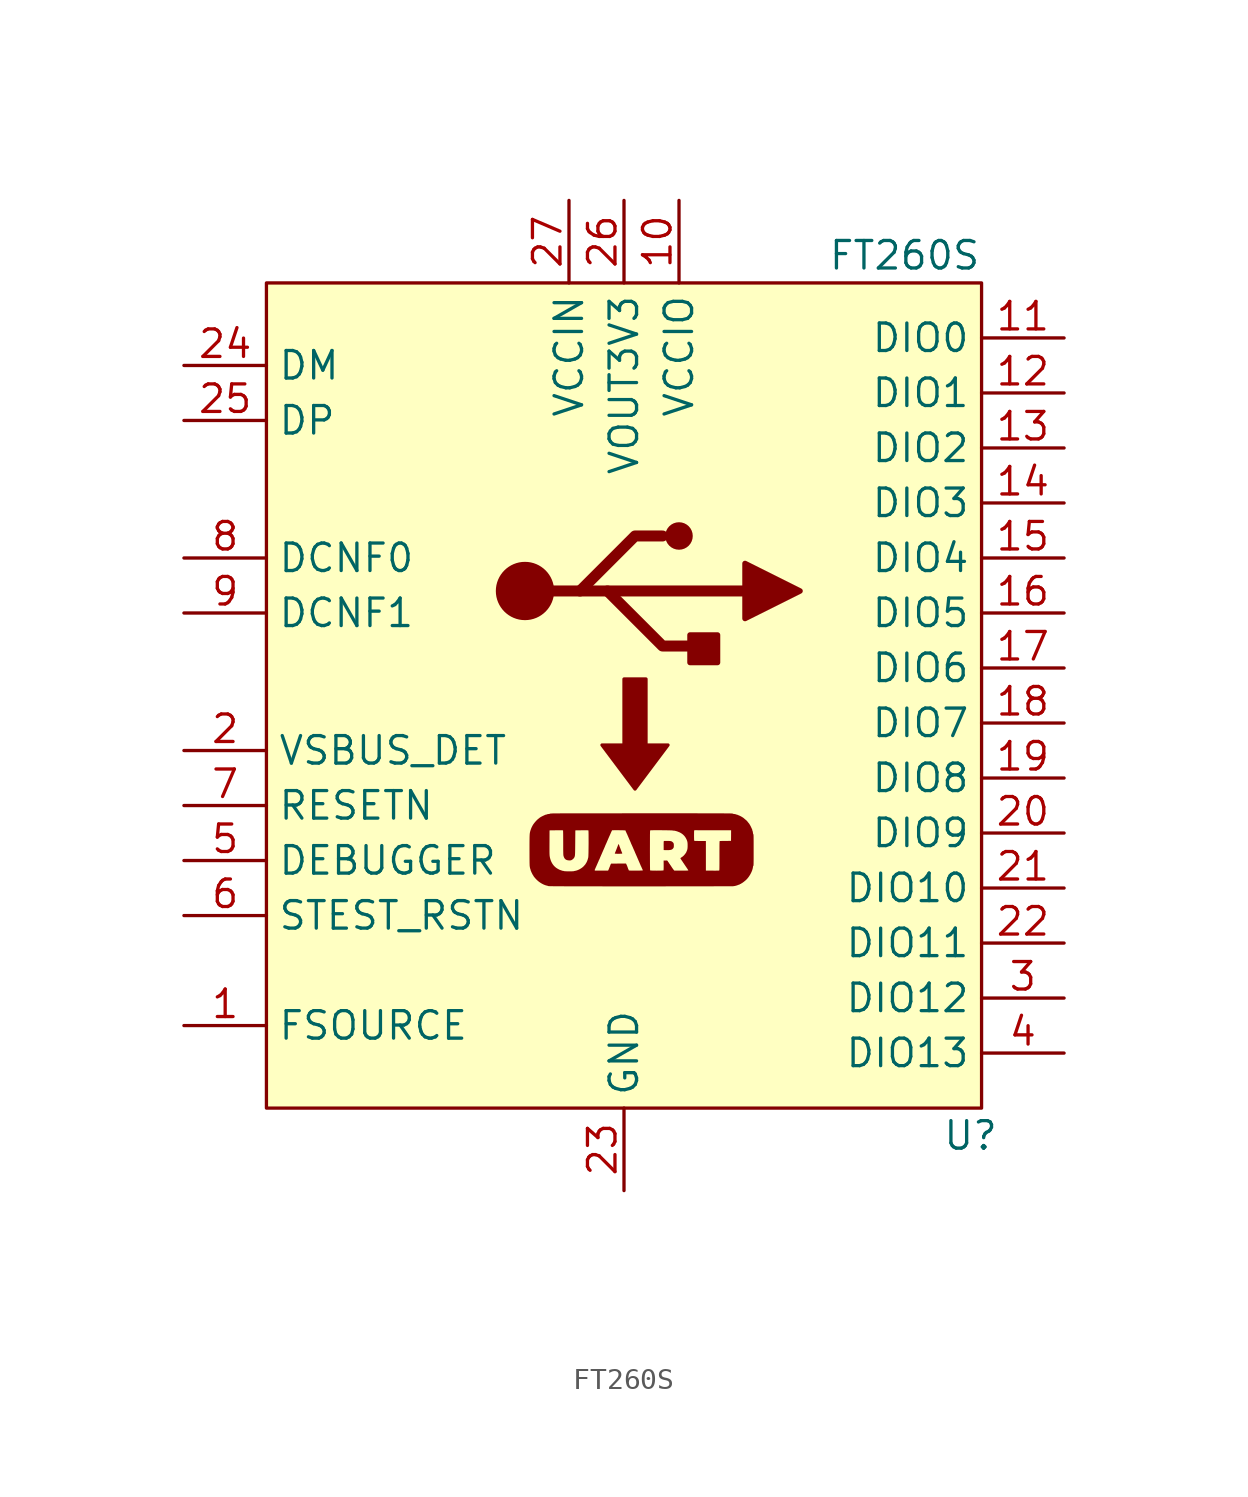
<source format=kicad_sym>
(kicad_symbol_lib
  (version 20231120)
  (generator "kicad_symbol_editor")
  (generator_version "8.0")
  (symbol "FT260S"
    (property "Reference" "U"
      (at 16.002 -20.32 0)
      (effects (font (size 1.27 1.27))))
    (property "Value" "FT260S"
      (at 12.954 20.32 0)
      (effects (font (size 1.27 1.27))))
    (symbol "FT260S_0_0"
      (pin power_in line (at -20.32 -15.24 0) (length 3.81) (name "FSOURCE" (effects (font (size 1.27 1.27)))) (number "1" (effects (font (size 1.27 1.27)))))
      (pin power_in line (at 2.54 22.86 270) (length 3.81) (name "VCCIO" (effects (font (size 1.27 1.27)))) (number "10" (effects (font (size 1.27 1.27)))))
      (pin bidirectional line (at 20.32 16.51 180) (length 3.81) (name "DIO0" (effects (font (size 1.27 1.27)))) (number "11" (effects (font (size 1.27 1.27)))))
      (pin bidirectional line (at 20.32 13.97 180) (length 3.81) (name "DIO1" (effects (font (size 1.27 1.27)))) (number "12" (effects (font (size 1.27 1.27)))))
      (pin bidirectional line (at 20.32 11.43 180) (length 3.81) (name "DIO2" (effects (font (size 1.27 1.27)))) (number "13" (effects (font (size 1.27 1.27)))))
      (pin bidirectional line (at 20.32 8.89 180) (length 3.81) (name "DIO3" (effects (font (size 1.27 1.27)))) (number "14" (effects (font (size 1.27 1.27)))))
      (pin bidirectional line (at 20.32 6.35 180) (length 3.81) (name "DIO4" (effects (font (size 1.27 1.27)))) (number "15" (effects (font (size 1.27 1.27)))))
      (pin bidirectional line (at 20.32 3.81 180) (length 3.81) (name "DIO5" (effects (font (size 1.27 1.27)))) (number "16" (effects (font (size 1.27 1.27)))))
      (pin bidirectional line (at 20.32 1.27 180) (length 3.81) (name "DIO6" (effects (font (size 1.27 1.27)))) (number "17" (effects (font (size 1.27 1.27)))))
      (pin bidirectional line (at 20.32 -1.27 180) (length 3.81) (name "DIO7" (effects (font (size 1.27 1.27)))) (number "18" (effects (font (size 1.27 1.27)))))
      (pin bidirectional line (at 20.32 -3.81 180) (length 3.81) (name "DIO8" (effects (font (size 1.27 1.27)))) (number "19" (effects (font (size 1.27 1.27)))))
      (pin input line (at -20.32 -2.54 0) (length 3.81) (name "VSBUS_DET" (effects (font (size 1.27 1.27)))) (number "2" (effects (font (size 1.27 1.27)))))
      (pin bidirectional line (at 20.32 -6.35 180) (length 3.81) (name "DIO9" (effects (font (size 1.27 1.27)))) (number "20" (effects (font (size 1.27 1.27)))))
      (pin bidirectional line (at 20.32 -8.89 180) (length 3.81) (name "DIO10" (effects (font (size 1.27 1.27)))) (number "21" (effects (font (size 1.27 1.27)))))
      (pin bidirectional line (at 20.32 -11.43 180) (length 3.81) (name "DIO11" (effects (font (size 1.27 1.27)))) (number "22" (effects (font (size 1.27 1.27)))))
      (pin power_in line (at 0 -22.86 90) (length 3.81) (name "GND" (effects (font (size 1.27 1.27)))) (number "23" (effects (font (size 1.27 1.27)))))
      (pin bidirectional line (at -20.32 15.24 0) (length 3.81) (name "DM" (effects (font (size 1.27 1.27)))) (number "24" (effects (font (size 1.27 1.27)))))
      (pin bidirectional line (at -20.32 12.7 0) (length 3.81) (name "DP" (effects (font (size 1.27 1.27)))) (number "25" (effects (font (size 1.27 1.27)))))
      (pin power_out line (at 0 22.86 270) (length 3.81) (name "VOUT3V3" (effects (font (size 1.27 1.27)))) (number "26" (effects (font (size 1.27 1.27)))))
      (pin power_in line (at -2.54 22.86 270) (length 3.81) (name "VCCIN" (effects (font (size 1.27 1.27)))) (number "27" (effects (font (size 1.27 1.27)))))
      (pin bidirectional line (at 20.32 -13.97 180) (length 3.81) (name "DIO12" (effects (font (size 1.27 1.27)))) (number "3" (effects (font (size 1.27 1.27)))))
      (pin bidirectional line (at 20.32 -16.51 180) (length 3.81) (name "DIO13" (effects (font (size 1.27 1.27)))) (number "4" (effects (font (size 1.27 1.27)))))
      (pin bidirectional line (at -20.32 -7.62 0) (length 3.81) (name "DEBUGGER" (effects (font (size 1.27 1.27)))) (number "5" (effects (font (size 1.27 1.27)))))
      (pin input line (at -20.32 -10.16 0) (length 3.81) (name "STEST_RSTN" (effects (font (size 1.27 1.27)))) (number "6" (effects (font (size 1.27 1.27)))))
      (pin input line (at -20.32 -5.08 0) (length 3.81) (name "RESETN" (effects (font (size 1.27 1.27)))) (number "7" (effects (font (size 1.27 1.27)))))
      (pin input line (at -20.32 6.35 0) (length 3.81) (name "DCNF0" (effects (font (size 1.27 1.27)))) (number "8" (effects (font (size 1.27 1.27)))))
      (pin input line (at -20.32 3.81 0) (length 3.81) (name "DCNF1" (effects (font (size 1.27 1.27)))) (number "9" (effects (font (size 1.27 1.27))))))
    (symbol "FT260S_0_1"
      (rectangle (start -16.51 19.05) (end 16.51 -19.05) (stroke (width 0) (type default)) (fill (type background)))
      (circle (center -4.572 4.826) (radius 1.27) (stroke (width 0) (type default)) (fill (type outline)))
      (polyline (pts (xy -4.572 4.826) (xy 5.588 4.826)) (stroke (width 0.508) (type default)) (fill (type none)))
      (polyline (pts (xy -2.032 4.826) (xy 0.508 7.366) (xy 1.778 7.366)) (stroke (width 0.508) (type default)) (fill (type none)))
      (polyline (pts (xy -0.762 4.826) (xy 1.778 2.286) (xy 3.048 2.286)) (stroke (width 0.508) (type default)) (fill (type none)))
      (polyline (pts (xy 5.588 6.096) (xy 8.128 4.826) (xy 5.588 3.556) (xy 5.588 6.096)) (stroke (width 0.254) (type default)) (fill (type outline)))
      (polyline (pts (xy 1.016 0.762) (xy 0 0.762) (xy 0 -2.286) (xy -1.016 -2.286) (xy 0.508 -4.318) (xy 2.032 -2.286) (xy 1.016 -2.286) (xy 1.016 0.762)) (stroke (width 0) (type default)) (fill (type outline)))
      (circle (center 2.54 7.366) (radius 0.508) (stroke (width 0.254) (type default)) (fill (type outline)))
      (rectangle (start 3.048 2.794) (end 4.318 1.524) (stroke (width 0.254) (type default)) (fill (type outline))))
    (symbol "FT260S_1_0"
      (polyline (pts (xy -0.254 -6.858) (xy -0.253 -6.859) (xy -0.251 -6.861) (xy -0.249 -6.864) (xy -0.246 -6.869) (xy -0.242 -6.875) (xy -0.239 -6.881) (xy -0.232 -6.894) (xy -0.225 -6.909) (xy -0.22 -6.922) (xy -0.217 -6.928) (xy -0.216 -6.933) (xy -0.214 -6.937) (xy -0.214 -6.94) (xy -0.214 -6.941) (xy -0.214 -6.942) (xy -0.213 -6.945) (xy -0.212 -6.949) (xy -0.211 -6.954) (xy -0.209 -6.958) (xy -0.207 -6.964) (xy -0.204 -6.97) (xy -0.202 -6.975) (xy -0.188 -7.01) (xy -0.168 -7.06) (xy -0.145 -7.121) (xy -0.12 -7.189) (xy -0.117 -7.196) (xy -0.114 -7.204) (xy -0.106 -7.222) (xy -0.099 -7.238) (xy -0.093 -7.252) (xy -0.089 -7.261) (xy -0.085 -7.27) (xy -0.083 -7.277) (xy -0.082 -7.283) (xy -0.082 -7.286) (xy -0.082 -7.289) (xy -0.083 -7.291) (xy -0.085 -7.293) (xy -0.086 -7.295) (xy -0.089 -7.297) (xy -0.092 -7.299) (xy -0.095 -7.3) (xy -0.104 -7.302) (xy -0.116 -7.304) (xy -0.13 -7.306) (xy -0.148 -7.306) (xy -0.193 -7.307) (xy -0.253 -7.308) (xy -0.291 -7.308) (xy -0.324 -7.307) (xy -0.353 -7.306) (xy -0.365 -7.306) (xy -0.376 -7.305) (xy -0.386 -7.304) (xy -0.395 -7.304) (xy -0.403 -7.303) (xy -0.409 -7.302) (xy -0.414 -7.301) (xy -0.418 -7.3) (xy -0.42 -7.3) (xy -0.421 -7.299) (xy -0.422 -7.298) (xy -0.422 -7.298) (xy -0.423 -7.297) (xy -0.423 -7.295) (xy -0.423 -7.294) (xy -0.423 -7.292) (xy -0.423 -7.29) (xy -0.423 -7.288) (xy -0.422 -7.285) (xy -0.422 -7.283) (xy -0.421 -7.28) (xy -0.421 -7.278) (xy -0.42 -7.275) (xy -0.419 -7.272) (xy -0.418 -7.269) (xy -0.417 -7.267) (xy -0.416 -7.264) (xy -0.414 -7.261) (xy -0.408 -7.247) (xy -0.401 -7.229) (xy -0.393 -7.211) (xy -0.389 -7.202) (xy -0.386 -7.193) (xy -0.372 -7.157) (xy -0.365 -7.14) (xy -0.362 -7.133) (xy -0.36 -7.127) (xy -0.347 -7.097) (xy -0.341 -7.079) (xy -0.334 -7.062) (xy -0.327 -7.045) (xy -0.32 -7.025) (xy -0.306 -6.987) (xy -0.289 -6.945) (xy -0.277 -6.912) (xy -0.269 -6.889) (xy -0.266 -6.88) (xy -0.264 -6.873) (xy -0.263 -6.871) (xy -0.262 -6.87) (xy -0.262 -6.869) (xy -0.261 -6.867) (xy -0.261 -6.866) (xy -0.26 -6.865) (xy -0.259 -6.863) (xy -0.259 -6.862) (xy -0.258 -6.861) (xy -0.258 -6.861) (xy -0.257 -6.86) (xy -0.256 -6.859) (xy -0.256 -6.859) (xy -0.256 -6.859) (xy -0.256 -6.858) (xy -0.255 -6.858) (xy -0.255 -6.858) (xy -0.255 -6.858) (xy -0.255 -6.858) (xy -0.255 -6.858) (xy -0.254 -6.858)) (stroke (width -0.0001) (type solid)) (fill (type outline)))
      (polyline (pts (xy 2.014 -6.714) (xy 2.041 -6.715) (xy 2.065 -6.715) (xy 2.087 -6.716) (xy 2.106 -6.717) (xy 2.123 -6.718) (xy 2.139 -6.72) (xy 2.146 -6.721) (xy 2.153 -6.722) (xy 2.159 -6.723) (xy 2.165 -6.725) (xy 2.171 -6.726) (xy 2.177 -6.728) (xy 2.182 -6.729) (xy 2.187 -6.731) (xy 2.192 -6.733) (xy 2.197 -6.735) (xy 2.202 -6.738) (xy 2.206 -6.74) (xy 2.211 -6.743) (xy 2.215 -6.746) (xy 2.224 -6.752) (xy 2.233 -6.759) (xy 2.243 -6.767) (xy 2.252 -6.775) (xy 2.259 -6.782) (xy 2.266 -6.789) (xy 2.272 -6.797) (xy 2.278 -6.804) (xy 2.283 -6.812) (xy 2.287 -6.82) (xy 2.29 -6.828) (xy 2.293 -6.837) (xy 2.296 -6.847) (xy 2.298 -6.857) (xy 2.299 -6.869) (xy 2.3 -6.881) (xy 2.301 -6.894) (xy 2.301 -6.909) (xy 2.301 -6.925) (xy 2.301 -6.937) (xy 2.301 -6.948) (xy 2.301 -6.958) (xy 2.3 -6.967) (xy 2.3 -6.976) (xy 2.299 -6.983) (xy 2.299 -6.99) (xy 2.298 -6.997) (xy 2.297 -7.003) (xy 2.295 -7.008) (xy 2.294 -7.013) (xy 2.292 -7.018) (xy 2.29 -7.023) (xy 2.288 -7.027) (xy 2.286 -7.032) (xy 2.284 -7.036) (xy 2.274 -7.051) (xy 2.263 -7.065) (xy 2.252 -7.077) (xy 2.241 -7.088) (xy 2.229 -7.098) (xy 2.215 -7.106) (xy 2.201 -7.114) (xy 2.184 -7.12) (xy 2.167 -7.125) (xy 2.147 -7.129) (xy 2.125 -7.133) (xy 2.101 -7.136) (xy 2.074 -7.138) (xy 2.045 -7.139) (xy 2.013 -7.14) (xy 1.978 -7.14) (xy 1.948 -7.14) (xy 1.921 -7.14) (xy 1.896 -7.139) (xy 1.875 -7.138) (xy 1.857 -7.137) (xy 1.85 -7.137) (xy 1.843 -7.136) (xy 1.839 -7.135) (xy 1.835 -7.135) (xy 1.833 -7.134) (xy 1.832 -7.133) (xy 1.832 -7.133) (xy 1.831 -7.005) (xy 1.831 -6.952) (xy 1.83 -6.906) (xy 1.83 -6.867) (xy 1.831 -6.849) (xy 1.831 -6.833) (xy 1.831 -6.818) (xy 1.831 -6.805) (xy 1.831 -6.793) (xy 1.832 -6.782) (xy 1.832 -6.772) (xy 1.833 -6.763) (xy 1.833 -6.756) (xy 1.834 -6.749) (xy 1.835 -6.743) (xy 1.836 -6.738) (xy 1.837 -6.733) (xy 1.837 -6.731) (xy 1.837 -6.729) (xy 1.838 -6.728) (xy 1.839 -6.726) (xy 1.839 -6.725) (xy 1.84 -6.724) (xy 1.84 -6.723) (xy 1.841 -6.722) (xy 1.842 -6.721) (xy 1.842 -6.72) (xy 1.843 -6.719) (xy 1.844 -6.719) (xy 1.845 -6.718) (xy 1.845 -6.718) (xy 1.847 -6.717) (xy 1.849 -6.717) (xy 1.856 -6.716) (xy 1.868 -6.715) (xy 1.905 -6.714) (xy 1.956 -6.714) (xy 2.014 -6.714)) (stroke (width -0.0001) (type solid)) (fill (type outline)))
      (polyline (pts (xy 3.072 -5.438) (xy 4.34 -5.44) (xy 4.689 -5.442) (xy 4.894 -5.444) (xy 4.954 -5.446) (xy 4.992 -5.448) (xy 5.013 -5.45) (xy 5.017 -5.451) (xy 5.019 -5.452) (xy 5.021 -5.454) (xy 5.023 -5.455) (xy 5.025 -5.457) (xy 5.028 -5.458) (xy 5.031 -5.46) (xy 5.034 -5.461) (xy 5.038 -5.462) (xy 5.042 -5.463) (xy 5.046 -5.464) (xy 5.051 -5.465) (xy 5.056 -5.466) (xy 5.061 -5.467) (xy 5.073 -5.469) (xy 5.086 -5.471) (xy 5.092 -5.471) (xy 5.098 -5.472) (xy 5.111 -5.473) (xy 5.122 -5.475) (xy 5.134 -5.478) (xy 5.144 -5.48) (xy 5.154 -5.482) (xy 5.158 -5.484) (xy 5.162 -5.485) (xy 5.165 -5.486) (xy 5.168 -5.487) (xy 5.17 -5.489) (xy 5.173 -5.49) (xy 5.176 -5.491) (xy 5.178 -5.492) (xy 5.181 -5.493) (xy 5.184 -5.494) (xy 5.187 -5.495) (xy 5.19 -5.496) (xy 5.193 -5.497) (xy 5.196 -5.498) (xy 5.199 -5.498) (xy 5.202 -5.499) (xy 5.204 -5.499) (xy 5.207 -5.499) (xy 5.209 -5.5) (xy 5.212 -5.5) (xy 5.214 -5.5) (xy 5.216 -5.5) (xy 5.218 -5.5) (xy 5.221 -5.501) (xy 5.223 -5.501) (xy 5.226 -5.502) (xy 5.229 -5.503) (xy 5.231 -5.504) (xy 5.234 -5.505) (xy 5.236 -5.506) (xy 5.239 -5.507) (xy 5.241 -5.508) (xy 5.243 -5.509) (xy 5.245 -5.51) (xy 5.247 -5.512) (xy 5.249 -5.513) (xy 5.25 -5.514) (xy 5.253 -5.516) (xy 5.255 -5.517) (xy 5.257 -5.518) (xy 5.259 -5.519) (xy 5.261 -5.52) (xy 5.263 -5.521) (xy 5.265 -5.522) (xy 5.267 -5.523) (xy 5.269 -5.524) (xy 5.271 -5.524) (xy 5.273 -5.525) (xy 5.275 -5.526) (xy 5.277 -5.526) (xy 5.278 -5.526) (xy 5.279 -5.526) (xy 5.283 -5.527) (xy 5.289 -5.528) (xy 5.305 -5.535) (xy 5.326 -5.544) (xy 5.351 -5.556) (xy 5.376 -5.568) (xy 5.402 -5.582) (xy 5.425 -5.594) (xy 5.444 -5.606) (xy 5.455 -5.613) (xy 5.466 -5.62) (xy 5.471 -5.623) (xy 5.475 -5.625) (xy 5.479 -5.628) (xy 5.482 -5.629) (xy 5.484 -5.63) (xy 5.485 -5.63) (xy 5.487 -5.631) (xy 5.489 -5.632) (xy 5.49 -5.633) (xy 5.492 -5.634) (xy 5.494 -5.635) (xy 5.496 -5.636) (xy 5.497 -5.638) (xy 5.499 -5.639) (xy 5.501 -5.64) (xy 5.503 -5.642) (xy 5.504 -5.643) (xy 5.506 -5.644) (xy 5.508 -5.646) (xy 5.509 -5.647) (xy 5.52 -5.656) (xy 5.538 -5.671) (xy 5.562 -5.691) (xy 5.589 -5.714) (xy 5.615 -5.736) (xy 5.636 -5.753) (xy 5.645 -5.761) (xy 5.653 -5.768) (xy 5.66 -5.775) (xy 5.666 -5.781) (xy 5.673 -5.787) (xy 5.679 -5.794) (xy 5.685 -5.801) (xy 5.691 -5.809) (xy 5.706 -5.826) (xy 5.723 -5.848) (xy 5.74 -5.87) (xy 5.756 -5.889) (xy 5.769 -5.905) (xy 5.774 -5.911) (xy 5.777 -5.915) (xy 5.779 -5.918) (xy 5.782 -5.921) (xy 5.785 -5.925) (xy 5.787 -5.928) (xy 5.79 -5.932) (xy 5.791 -5.934) (xy 5.792 -5.935) (xy 5.793 -5.937) (xy 5.793 -5.939) (xy 5.794 -5.94) (xy 5.795 -5.941) (xy 5.796 -5.945) (xy 5.798 -5.948) (xy 5.804 -5.958) (xy 5.811 -5.969) (xy 5.817 -5.98) (xy 5.824 -5.991) (xy 5.832 -6.005) (xy 5.84 -6.02) (xy 5.849 -6.037) (xy 5.858 -6.056) (xy 5.868 -6.075) (xy 5.877 -6.096) (xy 5.886 -6.117) (xy 5.893 -6.131) (xy 5.9 -6.146) (xy 5.912 -6.173) (xy 5.913 -6.175) (xy 5.914 -6.178) (xy 5.916 -6.181) (xy 5.917 -6.184) (xy 5.918 -6.187) (xy 5.919 -6.19) (xy 5.92 -6.192) (xy 5.921 -6.195) (xy 5.921 -6.198) (xy 5.922 -6.201) (xy 5.923 -6.204) (xy 5.923 -6.206) (xy 5.924 -6.209) (xy 5.924 -6.211) (xy 5.924 -6.213) (xy 5.924 -6.215) (xy 5.924 -6.217) (xy 5.925 -6.219) (xy 5.925 -6.221) (xy 5.925 -6.224) (xy 5.926 -6.226) (xy 5.926 -6.229) (xy 5.927 -6.231) (xy 5.928 -6.234) (xy 5.929 -6.237) (xy 5.93 -6.24) (xy 5.931 -6.243) (xy 5.932 -6.246) (xy 5.933 -6.248) (xy 5.934 -6.251) (xy 5.935 -6.254) (xy 5.937 -6.256) (xy 5.938 -6.259) (xy 5.939 -6.262) (xy 5.941 -6.27) (xy 5.944 -6.279) (xy 5.946 -6.29) (xy 5.949 -6.301) (xy 5.95 -6.313) (xy 5.952 -6.325) (xy 5.953 -6.338) (xy 5.954 -6.344) (xy 5.955 -6.351) (xy 5.956 -6.357) (xy 5.957 -6.363) (xy 5.957 -6.368) (xy 5.958 -6.373) (xy 5.96 -6.378) (xy 5.961 -6.382) (xy 5.962 -6.386) (xy 5.963 -6.39) (xy 5.964 -6.393) (xy 5.966 -6.396) (xy 5.967 -6.399) (xy 5.968 -6.4) (xy 5.969 -6.401) (xy 5.969 -6.402) (xy 5.97 -6.403) (xy 5.971 -6.404) (xy 5.972 -6.404) (xy 5.976 -6.412) (xy 5.979 -6.432) (xy 5.982 -6.47) (xy 5.984 -6.531) (xy 5.986 -6.751) (xy 5.986 -7.139) (xy 5.986 -7.349) (xy 5.986 -7.515) (xy 5.985 -7.641) (xy 5.984 -7.692) (xy 5.984 -7.734) (xy 5.983 -7.77) (xy 5.982 -7.798) (xy 5.981 -7.821) (xy 5.98 -7.838) (xy 5.979 -7.85) (xy 5.978 -7.854) (xy 5.977 -7.858) (xy 5.976 -7.86) (xy 5.976 -7.862) (xy 5.975 -7.863) (xy 5.974 -7.863) (xy 5.972 -7.863) (xy 5.971 -7.864) (xy 5.969 -7.865) (xy 5.968 -7.866) (xy 5.966 -7.868) (xy 5.965 -7.87) (xy 5.964 -7.872) (xy 5.963 -7.875) (xy 5.962 -7.878) (xy 5.961 -7.882) (xy 5.96 -7.886) (xy 5.959 -7.891) (xy 5.958 -7.896) (xy 5.957 -7.901) (xy 5.955 -7.913) (xy 5.95 -7.951) (xy 5.942 -7.99) (xy 5.931 -8.03) (xy 5.918 -8.071) (xy 5.902 -8.113) (xy 5.884 -8.155) (xy 5.864 -8.197) (xy 5.842 -8.239) (xy 5.819 -8.28) (xy 5.793 -8.321) (xy 5.767 -8.361) (xy 5.739 -8.399) (xy 5.71 -8.435) (xy 5.68 -8.47) (xy 5.649 -8.502) (xy 5.617 -8.532) (xy 5.605 -8.543) (xy 5.591 -8.554) (xy 5.562 -8.578) (xy 5.532 -8.602) (xy 5.502 -8.624) (xy 5.474 -8.644) (xy 5.461 -8.653) (xy 5.45 -8.66) (xy 5.44 -8.666) (xy 5.432 -8.671) (xy 5.426 -8.674) (xy 5.423 -8.674) (xy 5.421 -8.675) (xy 5.421 -8.675) (xy 5.421 -8.675) (xy 5.42 -8.675) (xy 5.419 -8.675) (xy 5.418 -8.676) (xy 5.417 -8.676) (xy 5.416 -8.677) (xy 5.415 -8.678) (xy 5.414 -8.679) (xy 5.412 -8.68) (xy 5.411 -8.681) (xy 5.41 -8.682) (xy 5.409 -8.683) (xy 5.407 -8.684) (xy 5.406 -8.685) (xy 5.405 -8.687) (xy 5.404 -8.688) (xy 5.403 -8.689) (xy 5.401 -8.691) (xy 5.4 -8.692) (xy 5.398 -8.693) (xy 5.397 -8.694) (xy 5.395 -8.695) (xy 5.393 -8.696) (xy 5.392 -8.697) (xy 5.39 -8.698) (xy 5.388 -8.699) (xy 5.386 -8.699) (xy 5.384 -8.7) (xy 5.383 -8.7) (xy 5.381 -8.701) (xy 5.379 -8.701) (xy 5.377 -8.701) (xy 5.376 -8.701) (xy 5.374 -8.701) (xy 5.372 -8.702) (xy 5.37 -8.702) (xy 5.369 -8.703) (xy 5.367 -8.703) (xy 5.365 -8.704) (xy 5.363 -8.705) (xy 5.362 -8.706) (xy 5.36 -8.706) (xy 5.358 -8.707) (xy 5.357 -8.709) (xy 5.355 -8.71) (xy 5.354 -8.711) (xy 5.353 -8.712) (xy 5.352 -8.713) (xy 5.352 -8.713) (xy 5.351 -8.715) (xy 5.349 -8.716) (xy 5.348 -8.717) (xy 5.346 -8.719) (xy 5.345 -8.72) (xy 5.343 -8.721) (xy 5.341 -8.722) (xy 5.339 -8.723) (xy 5.337 -8.725) (xy 5.335 -8.726) (xy 5.332 -8.727) (xy 5.33 -8.727) (xy 5.328 -8.728) (xy 5.326 -8.729) (xy 5.324 -8.73) (xy 5.322 -8.73) (xy 5.317 -8.732) (xy 5.311 -8.733) (xy 5.294 -8.739) (xy 5.274 -8.746) (xy 5.264 -8.75) (xy 5.254 -8.754) (xy 5.229 -8.763) (xy 5.203 -8.772) (xy 5.176 -8.78) (xy 5.149 -8.787) (xy 5.12 -8.793) (xy 5.09 -8.799) (xy 5.059 -8.803) (xy 5.027 -8.808) (xy 0.741 -8.814) (xy -1.353 -8.812) (xy -2.645 -8.81) (xy -3.302 -8.806) (xy -3.445 -8.803) (xy -3.492 -8.8) (xy -3.495 -8.799) (xy -3.497 -8.797) (xy -3.503 -8.795) (xy -3.51 -8.793) (xy -3.518 -8.79) (xy -3.526 -8.787) (xy -3.534 -8.785) (xy -3.542 -8.783) (xy -3.55 -8.781) (xy -3.579 -8.774) (xy -3.609 -8.766) (xy -3.64 -8.756) (xy -3.671 -8.744) (xy -3.703 -8.731) (xy -3.735 -8.716) (xy -3.766 -8.7) (xy -3.798 -8.683) (xy -3.829 -8.665) (xy -3.86 -8.645) (xy -3.891 -8.625) (xy -3.92 -8.604) (xy -3.949 -8.582) (xy -3.977 -8.559) (xy -4.003 -8.535) (xy -4.029 -8.511) (xy -4.041 -8.499) (xy -4.054 -8.485) (xy -4.081 -8.457) (xy -4.107 -8.428) (xy -4.131 -8.399) (xy -4.152 -8.373) (xy -4.161 -8.362) (xy -4.168 -8.351) (xy -4.174 -8.342) (xy -4.179 -8.335) (xy -4.182 -8.329) (xy -4.183 -8.327) (xy -4.183 -8.325) (xy -4.183 -8.325) (xy -4.183 -8.324) (xy -4.183 -8.323) (xy -4.184 -8.322) (xy -4.184 -8.32) (xy -4.185 -8.319) (xy -4.186 -8.318) (xy -4.186 -8.317) (xy -4.187 -8.315) (xy -4.188 -8.314) (xy -4.189 -8.312) (xy -4.19 -8.311) (xy -4.191 -8.309) (xy -4.193 -8.308) (xy -4.194 -8.306) (xy -4.195 -8.305) (xy -4.199 -8.3) (xy -4.205 -8.292) (xy -4.218 -8.27) (xy -4.233 -8.242) (xy -4.249 -8.211) (xy -4.264 -8.18) (xy -4.278 -8.15) (xy -4.288 -8.126) (xy -4.291 -8.117) (xy -4.293 -8.11) (xy -4.294 -8.107) (xy -4.295 -8.105) (xy -4.295 -8.102) (xy -4.296 -8.1) (xy -4.297 -8.097) (xy -4.298 -8.095) (xy -4.299 -8.093) (xy -4.3 -8.091) (xy -4.301 -8.088) (xy -4.302 -8.086) (xy -4.303 -8.085) (xy -4.304 -8.083) (xy -4.305 -8.082) (xy -4.306 -8.081) (xy -4.306 -8.08) (xy -4.306 -8.08) (xy -4.307 -8.08) (xy -4.307 -8.079) (xy -4.308 -8.079) (xy -4.309 -8.078) (xy -4.31 -8.076) (xy -4.31 -8.075) (xy -4.311 -8.074) (xy -4.312 -8.072) (xy -4.312 -8.071) (xy -4.313 -8.069) (xy -4.313 -8.067) (xy -4.314 -8.065) (xy -4.314 -8.063) (xy -4.314 -8.061) (xy -4.315 -8.059) (xy -4.315 -8.057) (xy -4.315 -8.054) (xy -4.315 -8.052) (xy -4.315 -8.05) (xy -4.315 -8.047) (xy -4.316 -8.044) (xy -4.316 -8.042) (xy -4.316 -8.039) (xy -4.317 -8.036) (xy -4.317 -8.033) (xy -4.318 -8.031) (xy -4.319 -8.028) (xy -4.32 -8.025) (xy -4.321 -8.022) (xy -4.322 -8.02) (xy -4.322 -8.017) (xy -4.324 -8.015) (xy -4.325 -8.013) (xy -4.326 -8.011) (xy -4.328 -8.005) (xy -4.331 -7.997) (xy -4.334 -7.986) (xy -4.337 -7.973) (xy -4.34 -7.959) (xy -4.344 -7.944) (xy -4.347 -7.928) (xy -4.349 -7.912) (xy -4.354 -7.883) (xy -4.357 -7.846) (xy -4.361 -7.721) (xy -4.363 -7.498) (xy -4.364 -7.136) (xy -4.364 -7.095) (xy -3.441 -7.095) (xy -3.441 -7.199) (xy -3.44 -7.277) (xy -3.439 -7.308) (xy -3.438 -7.335) (xy -3.437 -7.358) (xy -3.436 -7.378) (xy -3.434 -7.396) (xy -3.432 -7.411) (xy -3.43 -7.426) (xy -3.428 -7.44) (xy -3.42 -7.482) (xy -3.41 -7.523) (xy -3.398 -7.563) (xy -3.386 -7.601) (xy -3.372 -7.638) (xy -3.357 -7.673) (xy -3.34 -7.707) (xy -3.322 -7.74) (xy -3.303 -7.772) (xy -3.282 -7.802) (xy -3.26 -7.831) (xy -3.237 -7.859) (xy -3.212 -7.885) (xy -3.186 -7.91) (xy -3.158 -7.934) (xy -3.129 -7.957) (xy -3.116 -7.965) (xy -3.103 -7.975) (xy -3.088 -7.984) (xy -3.073 -7.993) (xy -3.041 -8.011) (xy -3.009 -8.029) (xy -2.993 -8.036) (xy -2.978 -8.044) (xy -2.964 -8.05) (xy -2.951 -8.056) (xy -2.939 -8.06) (xy -2.929 -8.063) (xy -2.921 -8.065) (xy -2.915 -8.066) (xy -2.913 -8.066) (xy -2.911 -8.066) (xy -2.909 -8.067) (xy -2.908 -8.067) (xy -2.905 -8.068) (xy -2.903 -8.068) (xy -2.901 -8.069) (xy -2.899 -8.07) (xy -2.897 -8.071) (xy -2.895 -8.072) (xy -2.893 -8.073) (xy -2.89 -8.074) (xy -2.888 -8.075) (xy -2.886 -8.077) (xy -2.885 -8.078) (xy -2.883 -8.079) (xy -2.881 -8.081) (xy -2.879 -8.082) (xy -2.876 -8.083) (xy -2.874 -8.084) (xy -2.871 -8.085) (xy -2.868 -8.087) (xy -2.865 -8.088) (xy -2.862 -8.089) (xy -2.859 -8.089) (xy -2.856 -8.09) (xy -2.853 -8.091) (xy -2.85 -8.091) (xy -2.847 -8.092) (xy -2.844 -8.092) (xy -2.841 -8.092) (xy -2.839 -8.093) (xy -2.836 -8.093) (xy -2.833 -8.093) (xy -2.829 -8.093) (xy -2.825 -8.094) (xy -2.817 -8.095) (xy -2.809 -8.097) (xy -2.8 -8.098) (xy -2.792 -8.101) (xy -2.784 -8.103) (xy -2.776 -8.106) (xy -2.764 -8.109) (xy -2.745 -8.111) (xy -2.692 -8.115) (xy -2.623 -8.118) (xy -2.546 -8.119) (xy -2.469 -8.119) (xy -2.399 -8.117) (xy -2.345 -8.114) (xy -2.326 -8.112) (xy -2.313 -8.109) (xy -2.306 -8.107) (xy -2.298 -8.105) (xy -2.289 -8.103) (xy -2.28 -8.1) (xy -2.27 -8.098) (xy -2.26 -8.096) (xy -2.251 -8.094) (xy -2.243 -8.093) (xy -2.219 -8.088) (xy -2.194 -8.081) (xy -2.168 -8.072) (xy -2.141 -8.063) (xy -2.137 -8.061) (xy -1.35 -8.061) (xy -1.35 -8.063) (xy -1.35 -8.065) (xy -1.347 -8.085) (xy -1.049 -8.085) (xy -0.836 -8.084) (xy -0.741 -8.084) (xy -0.739 -8.083) (xy -0.736 -8.082) (xy -0.734 -8.08) (xy -0.732 -8.077) (xy -0.729 -8.073) (xy -0.726 -8.068) (xy -0.719 -8.055) (xy -0.711 -8.036) (xy -0.701 -8.013) (xy -0.689 -7.983) (xy -0.675 -7.947) (xy -0.672 -7.939) (xy -0.669 -7.931) (xy -0.666 -7.923) (xy -0.663 -7.915) (xy -0.659 -7.907) (xy -0.656 -7.899) (xy -0.653 -7.893) (xy -0.65 -7.887) (xy -0.648 -7.884) (xy -0.647 -7.882) (xy -0.646 -7.879) (xy -0.645 -7.876) (xy -0.644 -7.874) (xy -0.643 -7.871) (xy -0.642 -7.869) (xy -0.641 -7.866) (xy -0.64 -7.864) (xy -0.639 -7.861) (xy -0.639 -7.859) (xy -0.638 -7.857) (xy -0.638 -7.855) (xy -0.638 -7.854) (xy -0.637 -7.852) (xy -0.637 -7.851) (xy -0.637 -7.85) (xy -0.637 -7.848) (xy -0.636 -7.846) (xy -0.636 -7.843) (xy -0.634 -7.838) (xy -0.632 -7.831) (xy -0.629 -7.824) (xy -0.625 -7.816) (xy -0.621 -7.809) (xy -0.617 -7.801) (xy -0.596 -7.762) (xy -0.251 -7.759) (xy 0.093 -7.757) (xy 0.112 -7.799) (xy 0.121 -7.817) (xy 0.129 -7.836) (xy 0.138 -7.853) (xy 0.141 -7.86) (xy 0.144 -7.866) (xy 0.145 -7.869) (xy 0.146 -7.871) (xy 0.148 -7.874) (xy 0.149 -7.877) (xy 0.15 -7.88) (xy 0.151 -7.883) (xy 0.152 -7.885) (xy 0.153 -7.888) (xy 0.154 -7.891) (xy 0.154 -7.894) (xy 0.155 -7.896) (xy 0.155 -7.898) (xy 0.156 -7.901) (xy 0.156 -7.903) (xy 0.156 -7.905) (xy 0.156 -7.907) (xy 0.156 -7.908) (xy 0.157 -7.91) (xy 0.157 -7.912) (xy 0.157 -7.913) (xy 0.158 -7.916) (xy 0.159 -7.918) (xy 0.159 -7.92) (xy 0.16 -7.922) (xy 0.161 -7.924) (xy 0.162 -7.927) (xy 0.163 -7.929) (xy 0.165 -7.931) (xy 0.166 -7.933) (xy 0.167 -7.935) (xy 0.168 -7.937) (xy 0.17 -7.939) (xy 0.171 -7.941) (xy 0.172 -7.943) (xy 0.173 -7.945) (xy 0.175 -7.947) (xy 0.176 -7.949) (xy 0.177 -7.951) (xy 0.178 -7.954) (xy 0.179 -7.956) (xy 0.18 -7.958) (xy 0.18 -7.961) (xy 0.181 -7.963) (xy 0.182 -7.966) (xy 0.182 -7.968) (xy 0.182 -7.97) (xy 0.183 -7.972) (xy 0.183 -7.974) (xy 0.183 -7.976) (xy 0.183 -7.978) (xy 0.183 -7.98) (xy 0.184 -7.983) (xy 0.184 -7.985) (xy 0.185 -7.987) (xy 0.186 -7.99) (xy 0.187 -7.992) (xy 0.188 -7.994) (xy 0.189 -7.997) (xy 0.19 -7.999) (xy 0.191 -8.001) (xy 0.192 -8.004) (xy 0.193 -8.006) (xy 0.195 -8.008) (xy 0.196 -8.01) (xy 0.197 -8.011) (xy 0.199 -8.013) (xy 0.2 -8.015) (xy 0.201 -8.017) (xy 0.202 -8.019) (xy 0.203 -8.021) (xy 0.204 -8.023) (xy 0.205 -8.025) (xy 0.206 -8.027) (xy 0.207 -8.03) (xy 0.208 -8.032) (xy 0.208 -8.034) (xy 0.209 -8.036) (xy 0.209 -8.037) (xy 0.209 -8.039) (xy 0.209 -8.04) (xy 0.209 -8.042) (xy 0.209 -8.043) (xy 0.21 -8.045) (xy 0.21 -8.047) (xy 0.211 -8.049) (xy 0.211 -8.05) (xy 0.212 -8.052) (xy 0.213 -8.054) (xy 0.213 -8.056) (xy 0.214 -8.058) (xy 0.215 -8.06) (xy 0.216 -8.062) (xy 0.217 -8.064) (xy 0.218 -8.066) (xy 0.22 -8.068) (xy 0.221 -8.07) (xy 0.223 -8.072) (xy 0.226 -8.074) (xy 0.23 -8.076) (xy 0.235 -8.078) (xy 0.252 -8.081) (xy 0.278 -8.082) (xy 0.318 -8.084) (xy 0.374 -8.084) (xy 0.544 -8.085) (xy 0.669 -8.084) (xy 0.723 -8.083) (xy 0.77 -8.082) (xy 0.808 -8.08) (xy 0.838 -8.079) (xy 0.857 -8.077) (xy 0.862 -8.077) (xy 0.865 -8.076) (xy 0.865 -8.075) (xy 0.865 -8.075) (xy 0.866 -8.074) (xy 0.866 -8.073) (xy 0.867 -8.072) (xy 0.867 -8.071) (xy 0.867 -8.069) (xy 0.867 -8.067) (xy 0.867 -8.065) (xy 0.867 -8.063) (xy 0.866 -8.061) (xy 0.866 -8.059) (xy 0.865 -8.056) (xy 0.864 -8.053) (xy 0.863 -8.051) (xy 0.862 -8.048) (xy 0.861 -8.045) (xy 0.859 -8.042) (xy 0.85 -8.023) (xy 0.838 -7.998) (xy 0.803 -7.919) (xy 0.797 -7.905) (xy 0.793 -7.898) (xy 0.79 -7.891) (xy 0.788 -7.885) (xy 0.785 -7.88) (xy 0.783 -7.875) (xy 0.781 -7.872) (xy 0.778 -7.866) (xy 0.774 -7.859) (xy 0.772 -7.855) (xy 0.771 -7.852) (xy 0.769 -7.848) (xy 0.768 -7.846) (xy 0.765 -7.838) (xy 0.761 -7.827) (xy 0.756 -7.814) (xy 0.753 -7.808) (xy 0.75 -7.801) (xy 0.737 -7.772) (xy 0.731 -7.757) (xy 0.728 -7.75) (xy 0.726 -7.744) (xy 0.707 -7.701) (xy 0.672 -7.621) (xy 0.659 -7.59) (xy 0.653 -7.574) (xy 0.647 -7.561) (xy 0.64 -7.547) (xy 0.633 -7.531) (xy 0.626 -7.513) (xy 0.619 -7.497) (xy 0.612 -7.481) (xy 0.604 -7.463) (xy 0.59 -7.431) (xy 0.585 -7.418) (xy 0.579 -7.405) (xy 0.571 -7.386) (xy 0.568 -7.381) (xy 0.564 -7.372) (xy 0.551 -7.342) (xy 0.513 -7.255) (xy 0.494 -7.208) (xy 0.476 -7.168) (xy 0.469 -7.152) (xy 1.197 -7.152) (xy 1.198 -7.506) (xy 1.199 -7.798) (xy 1.202 -7.997) (xy 1.203 -8.052) (xy 1.204 -8.073) (xy 1.213 -8.076) (xy 1.233 -8.079) (xy 1.304 -8.083) (xy 1.402 -8.085) (xy 1.514 -8.086) (xy 1.626 -8.085) (xy 1.725 -8.083) (xy 1.795 -8.079) (xy 1.816 -8.076) (xy 1.825 -8.073) (xy 1.826 -8.066) (xy 1.827 -8.051) (xy 1.83 -8) (xy 1.831 -7.928) (xy 1.831 -7.841) (xy 1.829 -7.621) (xy 1.911 -7.618) (xy 1.926 -7.618) (xy 1.938 -7.617) (xy 1.949 -7.617) (xy 1.959 -7.617) (xy 1.963 -7.617) (xy 1.967 -7.617) (xy 1.971 -7.617) (xy 1.974 -7.618) (xy 1.978 -7.618) (xy 1.98 -7.618) (xy 1.983 -7.619) (xy 1.986 -7.619) (xy 1.988 -7.62) (xy 1.99 -7.62) (xy 1.992 -7.621) (xy 1.994 -7.622) (xy 1.996 -7.623) (xy 1.998 -7.624) (xy 1.999 -7.625) (xy 2.001 -7.626) (xy 2.002 -7.628) (xy 2.004 -7.629) (xy 2.006 -7.631) (xy 2.007 -7.632) (xy 2.01 -7.636) (xy 2.014 -7.64) (xy 2.016 -7.643) (xy 2.018 -7.645) (xy 2.02 -7.648) (xy 2.022 -7.65) (xy 2.023 -7.653) (xy 2.025 -7.655) (xy 2.027 -7.658) (xy 2.028 -7.66) (xy 2.03 -7.663) (xy 2.031 -7.665) (xy 2.032 -7.667) (xy 2.033 -7.669) (xy 2.034 -7.671) (xy 2.034 -7.673) (xy 2.035 -7.674) (xy 2.035 -7.675) (xy 2.035 -7.676) (xy 2.035 -7.677) (xy 2.035 -7.677) (xy 2.035 -7.678) (xy 2.035 -7.678) (xy 2.035 -7.679) (xy 2.036 -7.68) (xy 2.036 -7.68) (xy 2.036 -7.681) (xy 2.037 -7.683) (xy 2.038 -7.684) (xy 2.038 -7.685) (xy 2.039 -7.686) (xy 2.04 -7.688) (xy 2.041 -7.689) (xy 2.042 -7.69) (xy 2.043 -7.691) (xy 2.044 -7.691) (xy 2.045 -7.692) (xy 2.046 -7.693) (xy 2.046 -7.693) (xy 2.049 -7.695) (xy 2.051 -7.697) (xy 2.054 -7.699) (xy 2.056 -7.702) (xy 2.059 -7.705) (xy 2.061 -7.708) (xy 2.064 -7.712) (xy 2.067 -7.716) (xy 2.069 -7.72) (xy 2.072 -7.724) (xy 2.075 -7.729) (xy 2.078 -7.734) (xy 2.083 -7.744) (xy 2.088 -7.755) (xy 2.089 -7.757) (xy 2.09 -7.759) (xy 2.091 -7.761) (xy 2.092 -7.763) (xy 2.093 -7.765) (xy 2.094 -7.766) (xy 2.095 -7.768) (xy 2.096 -7.769) (xy 2.098 -7.771) (xy 2.099 -7.772) (xy 2.099 -7.772) (xy 2.1 -7.773) (xy 2.1 -7.773) (xy 2.101 -7.774) (xy 2.102 -7.774) (xy 2.102 -7.774) (xy 2.103 -7.774) (xy 2.103 -7.775) (xy 2.104 -7.775) (xy 2.104 -7.775) (xy 2.105 -7.775) (xy 2.105 -7.775) (xy 2.106 -7.775) (xy 2.106 -7.775) (xy 2.107 -7.775) (xy 2.107 -7.775) (xy 2.107 -7.775) (xy 2.108 -7.776) (xy 2.108 -7.776) (xy 2.109 -7.776) (xy 2.109 -7.776) (xy 2.109 -7.776) (xy 2.11 -7.777) (xy 2.11 -7.777) (xy 2.111 -7.777) (xy 2.111 -7.777) (xy 2.111 -7.778) (xy 2.111 -7.778) (xy 2.112 -7.778) (xy 2.112 -7.779) (xy 2.112 -7.779) (xy 2.113 -7.779) (xy 2.113 -7.78) (xy 2.113 -7.78) (xy 2.113 -7.781) (xy 2.114 -7.781) (xy 2.114 -7.781) (xy 2.114 -7.782) (xy 2.114 -7.782) (xy 2.114 -7.783) (xy 2.114 -7.783) (xy 2.114 -7.784) (xy 2.114 -7.784) (xy 2.114 -7.785) (xy 2.114 -7.786) (xy 2.115 -7.787) (xy 2.115 -7.789) (xy 2.116 -7.791) (xy 2.117 -7.793) (xy 2.118 -7.796) (xy 2.12 -7.798) (xy 2.121 -7.801) (xy 2.125 -7.807) (xy 2.129 -7.814) (xy 2.131 -7.817) (xy 2.134 -7.82) (xy 2.136 -7.824) (xy 2.139 -7.827) (xy 2.144 -7.834) (xy 2.149 -7.841) (xy 2.154 -7.848) (xy 2.159 -7.854) (xy 2.163 -7.86) (xy 2.167 -7.866) (xy 2.169 -7.87) (xy 2.172 -7.874) (xy 2.193 -7.908) (xy 2.217 -7.944) (xy 2.241 -7.979) (xy 2.264 -8.011) (xy 2.286 -8.04) (xy 2.296 -8.053) (xy 2.304 -8.063) (xy 2.312 -8.072) (xy 2.318 -8.078) (xy 2.322 -8.082) (xy 2.324 -8.083) (xy 2.325 -8.084) (xy 2.493 -8.085) (xy 2.705 -8.084) (xy 2.888 -8.083) (xy 2.945 -8.082) (xy 2.967 -8.08) (xy 2.968 -8.079) (xy 2.968 -8.076) (xy 2.968 -8.073) (xy 2.966 -8.069) (xy 2.964 -8.064) (xy 2.961 -8.058) (xy 2.952 -8.042) (xy 2.939 -8.02) (xy 2.92 -7.993) (xy 2.897 -7.958) (xy 2.868 -7.916) (xy 2.81 -7.83) (xy 2.78 -7.786) (xy 2.778 -7.782) (xy 2.775 -7.777) (xy 2.772 -7.772) (xy 2.768 -7.766) (xy 2.763 -7.759) (xy 2.759 -7.753) (xy 2.749 -7.74) (xy 2.745 -7.733) (xy 2.74 -7.727) (xy 2.735 -7.72) (xy 2.731 -7.714) (xy 2.727 -7.708) (xy 2.724 -7.702) (xy 2.721 -7.698) (xy 2.718 -7.694) (xy 2.716 -7.689) (xy 2.711 -7.681) (xy 2.696 -7.66) (xy 2.676 -7.631) (xy 2.654 -7.599) (xy 2.643 -7.582) (xy 2.633 -7.567) (xy 2.624 -7.553) (xy 2.62 -7.546) (xy 2.617 -7.54) (xy 2.613 -7.534) (xy 2.611 -7.529) (xy 2.608 -7.524) (xy 2.606 -7.519) (xy 2.605 -7.516) (xy 2.604 -7.513) (xy 2.604 -7.512) (xy 2.603 -7.511) (xy 2.603 -7.51) (xy 2.604 -7.51) (xy 2.605 -7.509) (xy 2.606 -7.507) (xy 2.61 -7.504) (xy 2.615 -7.5) (xy 2.622 -7.495) (xy 2.63 -7.489) (xy 2.638 -7.483) (xy 2.647 -7.477) (xy 2.657 -7.471) (xy 2.667 -7.464) (xy 2.678 -7.456) (xy 2.69 -7.448) (xy 2.701 -7.44) (xy 2.712 -7.431) (xy 2.723 -7.423) (xy 2.732 -7.415) (xy 2.737 -7.411) (xy 2.74 -7.407) (xy 2.749 -7.399) (xy 2.759 -7.389) (xy 2.769 -7.379) (xy 2.779 -7.367) (xy 2.79 -7.355) (xy 2.801 -7.342) (xy 2.821 -7.316) (xy 2.831 -7.303) (xy 2.841 -7.29) (xy 2.849 -7.278) (xy 2.857 -7.266) (xy 2.864 -7.255) (xy 2.87 -7.245) (xy 2.875 -7.236) (xy 2.878 -7.228) (xy 2.881 -7.221) (xy 2.885 -7.211) (xy 2.889 -7.2) (xy 2.892 -7.194) (xy 2.894 -7.189) (xy 2.9 -7.174) (xy 2.906 -7.16) (xy 2.911 -7.146) (xy 2.916 -7.132) (xy 2.92 -7.119) (xy 2.923 -7.105) (xy 2.926 -7.091) (xy 2.929 -7.076) (xy 2.931 -7.061) (xy 2.933 -7.045) (xy 2.934 -7.028) (xy 2.935 -7.01) (xy 2.937 -6.97) (xy 2.937 -6.924) (xy 2.937 -6.874) (xy 2.936 -6.852) (xy 2.935 -6.831) (xy 2.933 -6.812) (xy 2.932 -6.794) (xy 2.929 -6.777) (xy 2.926 -6.761) (xy 2.923 -6.745) (xy 2.919 -6.73) (xy 2.914 -6.714) (xy 2.909 -6.699) (xy 2.903 -6.682) (xy 2.896 -6.665) (xy 2.888 -6.647) (xy 2.879 -6.628) (xy 2.866 -6.603) (xy 2.853 -6.579) (xy 2.838 -6.555) (xy 2.823 -6.532) (xy 2.807 -6.51) (xy 2.79 -6.489) (xy 2.772 -6.468) (xy 2.767 -6.464) (xy 3.234 -6.464) (xy 3.234 -6.522) (xy 3.235 -6.571) (xy 3.236 -6.612) (xy 3.236 -6.63) (xy 3.237 -6.645) (xy 3.237 -6.659) (xy 3.238 -6.67) (xy 3.239 -6.68) (xy 3.24 -6.689) (xy 3.241 -6.695) (xy 3.242 -6.7) (xy 3.243 -6.702) (xy 3.244 -6.704) (xy 3.244 -6.705) (xy 3.245 -6.706) (xy 3.247 -6.708) (xy 3.251 -6.709) (xy 3.264 -6.711) (xy 3.284 -6.713) (xy 3.312 -6.714) (xy 3.349 -6.715) (xy 3.396 -6.716) (xy 3.518 -6.717) (xy 3.781 -6.717) (xy 3.781 -8.083) (xy 4.079 -8.085) (xy 4.139 -8.086) (xy 4.196 -8.086) (xy 4.248 -8.086) (xy 4.294 -8.085) (xy 4.332 -8.085) (xy 4.363 -8.084) (xy 4.383 -8.082) (xy 4.389 -8.082) (xy 4.392 -8.081) (xy 4.397 -8.076) (xy 4.401 -8.061) (xy 4.403 -8.03) (xy 4.405 -7.976) (xy 4.407 -7.772) (xy 4.407 -7.399) (xy 4.407 -7.211) (xy 4.408 -7.06) (xy 4.408 -6.942) (xy 4.409 -6.853) (xy 4.41 -6.819) (xy 4.411 -6.79) (xy 4.412 -6.768) (xy 4.413 -6.75) (xy 4.414 -6.737) (xy 4.415 -6.728) (xy 4.416 -6.725) (xy 4.417 -6.722) (xy 4.418 -6.721) (xy 4.419 -6.72) (xy 4.426 -6.719) (xy 4.444 -6.718) (xy 4.502 -6.716) (xy 4.586 -6.715) (xy 4.686 -6.714) (xy 4.941 -6.712) (xy 4.944 -6.467) (xy 4.945 -6.223) (xy 4.117 -6.223) (xy 3.529 -6.222) (xy 3.347 -6.22) (xy 3.296 -6.219) (xy 3.277 -6.218) (xy 3.275 -6.218) (xy 3.274 -6.218) (xy 3.273 -6.218) (xy 3.271 -6.218) (xy 3.269 -6.218) (xy 3.268 -6.218) (xy 3.266 -6.218) (xy 3.264 -6.218) (xy 3.262 -6.219) (xy 3.26 -6.219) (xy 3.259 -6.22) (xy 3.257 -6.22) (xy 3.255 -6.221) (xy 3.253 -6.222) (xy 3.252 -6.223) (xy 3.25 -6.224) (xy 3.248 -6.225) (xy 3.245 -6.228) (xy 3.244 -6.231) (xy 3.242 -6.235) (xy 3.24 -6.24) (xy 3.239 -6.247) (xy 3.237 -6.268) (xy 3.236 -6.297) (xy 3.235 -6.338) (xy 3.234 -6.464) (xy 2.767 -6.464) (xy 2.753 -6.449) (xy 2.733 -6.43) (xy 2.713 -6.412) (xy 2.691 -6.395) (xy 2.669 -6.379) (xy 2.646 -6.363) (xy 2.623 -6.349) (xy 2.598 -6.335) (xy 2.573 -6.322) (xy 2.555 -6.314) (xy 2.537 -6.307) (xy 2.499 -6.291) (xy 2.461 -6.277) (xy 2.424 -6.265) (xy 2.405 -6.26) (xy 2.388 -6.255) (xy 2.371 -6.251) (xy 2.355 -6.247) (xy 2.341 -6.244) (xy 2.327 -6.242) (xy 2.315 -6.241) (xy 2.305 -6.24) (xy 2.297 -6.24) (xy 2.289 -6.24) (xy 2.28 -6.239) (xy 2.271 -6.238) (xy 2.261 -6.236) (xy 2.252 -6.235) (xy 2.243 -6.233) (xy 2.235 -6.232) (xy 2.218 -6.23) (xy 2.185 -6.228) (xy 2.073 -6.225) (xy 1.912 -6.222) (xy 1.709 -6.22) (xy 1.575 -6.22) (xy 1.466 -6.22) (xy 1.379 -6.22) (xy 1.314 -6.221) (xy 1.288 -6.222) (xy 1.267 -6.223) (xy 1.249 -6.223) (xy 1.235 -6.224) (xy 1.224 -6.226) (xy 1.216 -6.227) (xy 1.211 -6.228) (xy 1.21 -6.229) (xy 1.208 -6.23) (xy 1.205 -6.242) (xy 1.203 -6.274) (xy 1.199 -6.416) (xy 1.197 -7.152) (xy 0.469 -7.152) (xy 0.463 -7.138) (xy 0.459 -7.128) (xy 0.456 -7.123) (xy 0.449 -7.107) (xy 0.437 -7.081) (xy 0.409 -7.014) (xy 0.373 -6.934) (xy 0.359 -6.902) (xy 0.342 -6.867) (xy 0.337 -6.855) (xy 0.332 -6.844) (xy 0.327 -6.833) (xy 0.323 -6.824) (xy 0.32 -6.816) (xy 0.317 -6.809) (xy 0.316 -6.807) (xy 0.316 -6.805) (xy 0.315 -6.803) (xy 0.315 -6.802) (xy 0.315 -6.801) (xy 0.315 -6.8) (xy 0.313 -6.795) (xy 0.31 -6.789) (xy 0.307 -6.781) (xy 0.298 -6.761) (xy 0.288 -6.737) (xy 0.277 -6.711) (xy 0.265 -6.685) (xy 0.255 -6.663) (xy 0.247 -6.646) (xy 0.244 -6.639) (xy 0.241 -6.632) (xy 0.234 -6.617) (xy 0.228 -6.601) (xy 0.223 -6.589) (xy 0.196 -6.527) (xy 0.171 -6.47) (xy 0.168 -6.463) (xy 0.165 -6.457) (xy 0.163 -6.45) (xy 0.16 -6.444) (xy 0.156 -6.433) (xy 0.153 -6.426) (xy 0.152 -6.423) (xy 0.15 -6.42) (xy 0.149 -6.416) (xy 0.147 -6.412) (xy 0.143 -6.405) (xy 0.14 -6.399) (xy 0.139 -6.396) (xy 0.136 -6.391) (xy 0.133 -6.386) (xy 0.13 -6.38) (xy 0.127 -6.373) (xy 0.124 -6.365) (xy 0.121 -6.358) (xy 0.117 -6.351) (xy 0.103 -6.318) (xy 0.095 -6.303) (xy 0.092 -6.296) (xy 0.089 -6.291) (xy 0.088 -6.288) (xy 0.087 -6.285) (xy 0.086 -6.283) (xy 0.084 -6.28) (xy 0.083 -6.277) (xy 0.082 -6.275) (xy 0.081 -6.272) (xy 0.081 -6.27) (xy 0.08 -6.267) (xy 0.079 -6.265) (xy 0.078 -6.263) (xy 0.078 -6.261) (xy 0.077 -6.258) (xy 0.077 -6.257) (xy 0.077 -6.255) (xy 0.077 -6.254) (xy 0.077 -6.253) (xy 0.077 -6.251) (xy 0.076 -6.25) (xy 0.076 -6.248) (xy 0.075 -6.247) (xy 0.075 -6.246) (xy 0.074 -6.244) (xy 0.073 -6.243) (xy 0.072 -6.241) (xy 0.072 -6.24) (xy 0.071 -6.239) (xy 0.07 -6.237) (xy 0.068 -6.236) (xy 0.067 -6.235) (xy 0.066 -6.234) (xy 0.065 -6.232) (xy 0.062 -6.231) (xy 0.057 -6.23) (xy 0.042 -6.228) (xy 0.018 -6.226) (xy -0.015 -6.224) (xy -0.109 -6.222) (xy -0.245 -6.22) (xy -0.361 -6.22) (xy -0.457 -6.22) (xy -0.494 -6.221) (xy -0.522 -6.221) (xy -0.541 -6.222) (xy -0.546 -6.222) (xy -0.548 -6.223) (xy -0.55 -6.224) (xy -0.551 -6.226) (xy -0.556 -6.234) (xy -0.561 -6.245) (xy -0.568 -6.258) (xy -0.576 -6.273) (xy -0.583 -6.289) (xy -0.591 -6.307) (xy -0.599 -6.324) (xy -0.637 -6.412) (xy -0.671 -6.488) (xy -0.705 -6.564) (xy -0.732 -6.626) (xy -0.755 -6.681) (xy -0.769 -6.712) (xy -0.784 -6.748) (xy -0.8 -6.785) (xy -0.817 -6.824) (xy -0.853 -6.903) (xy -0.861 -6.923) (xy -0.865 -6.931) (xy -0.869 -6.939) (xy -0.872 -6.946) (xy -0.874 -6.952) (xy -0.875 -6.955) (xy -0.875 -6.957) (xy -0.876 -6.957) (xy -0.876 -6.958) (xy -0.876 -6.96) (xy -0.878 -6.965) (xy -0.88 -6.971) (xy -0.884 -6.979) (xy -0.892 -6.999) (xy -0.903 -7.023) (xy -0.914 -7.049) (xy -0.925 -7.074) (xy -0.942 -7.112) (xy -0.955 -7.141) (xy -0.962 -7.157) (xy -0.968 -7.171) (xy -0.981 -7.201) (xy -0.988 -7.217) (xy -0.994 -7.231) (xy -0.997 -7.237) (xy -1 -7.244) (xy -1.007 -7.26) (xy -1.014 -7.277) (xy -1.02 -7.292) (xy -1.027 -7.307) (xy -1.034 -7.324) (xy -1.048 -7.354) (xy -1.064 -7.391) (xy -1.075 -7.417) (xy -1.086 -7.443) (xy -1.092 -7.455) (xy -1.097 -7.466) (xy -1.102 -7.478) (xy -1.106 -7.488) (xy -1.109 -7.497) (xy -1.11 -7.501) (xy -1.111 -7.504) (xy -1.112 -7.508) (xy -1.113 -7.51) (xy -1.113 -7.512) (xy -1.114 -7.514) (xy -1.114 -7.515) (xy -1.114 -7.515) (xy -1.114 -7.516) (xy -1.114 -7.518) (xy -1.115 -7.519) (xy -1.115 -7.521) (xy -1.116 -7.522) (xy -1.117 -7.524) (xy -1.118 -7.526) (xy -1.119 -7.527) (xy -1.12 -7.529) (xy -1.121 -7.53) (xy -1.122 -7.532) (xy -1.123 -7.533) (xy -1.124 -7.534) (xy -1.126 -7.536) (xy -1.127 -7.537) (xy -1.128 -7.538) (xy -1.129 -7.54) (xy -1.131 -7.541) (xy -1.132 -7.543) (xy -1.133 -7.545) (xy -1.134 -7.547) (xy -1.135 -7.549) (xy -1.136 -7.551) (xy -1.137 -7.553) (xy -1.138 -7.555) (xy -1.139 -7.557) (xy -1.139 -7.559) (xy -1.139 -7.561) (xy -1.14 -7.564) (xy -1.14 -7.566) (xy -1.14 -7.568) (xy -1.14 -7.57) (xy -1.14 -7.572) (xy -1.141 -7.574) (xy -1.141 -7.576) (xy -1.142 -7.578) (xy -1.143 -7.581) (xy -1.143 -7.583) (xy -1.144 -7.585) (xy -1.145 -7.587) (xy -1.146 -7.589) (xy -1.147 -7.591) (xy -1.148 -7.593) (xy -1.149 -7.594) (xy -1.151 -7.596) (xy -1.152 -7.597) (xy -1.153 -7.599) (xy -1.155 -7.6) (xy -1.156 -7.601) (xy -1.157 -7.603) (xy -1.158 -7.604) (xy -1.16 -7.605) (xy -1.161 -7.607) (xy -1.162 -7.608) (xy -1.163 -7.61) (xy -1.163 -7.611) (xy -1.164 -7.613) (xy -1.165 -7.614) (xy -1.165 -7.615) (xy -1.166 -7.617) (xy -1.166 -7.618) (xy -1.167 -7.62) (xy -1.167 -7.62) (xy -1.167 -7.621) (xy -1.167 -7.622) (xy -1.167 -7.624) (xy -1.167 -7.625) (xy -1.167 -7.628) (xy -1.168 -7.63) (xy -1.169 -7.632) (xy -1.17 -7.637) (xy -1.172 -7.642) (xy -1.174 -7.647) (xy -1.176 -7.652) (xy -1.179 -7.658) (xy -1.182 -7.663) (xy -1.185 -7.67) (xy -1.192 -7.685) (xy -1.196 -7.693) (xy -1.199 -7.7) (xy -1.202 -7.708) (xy -1.205 -7.715) (xy -1.268 -7.859) (xy -1.29 -7.908) (xy -1.31 -7.951) (xy -1.313 -7.96) (xy -1.317 -7.969) (xy -1.325 -7.988) (xy -1.333 -8.005) (xy -1.339 -8.018) (xy -1.341 -8.021) (xy -1.342 -8.024) (xy -1.343 -8.027) (xy -1.345 -8.031) (xy -1.346 -8.034) (xy -1.347 -8.037) (xy -1.348 -8.04) (xy -1.348 -8.043) (xy -1.349 -8.047) (xy -1.35 -8.05) (xy -1.35 -8.053) (xy -1.35 -8.056) (xy -1.35 -8.058) (xy -1.35 -8.061) (xy -2.137 -8.061) (xy -2.114 -8.051) (xy -2.087 -8.039) (xy -2.059 -8.025) (xy -2.032 -8.01) (xy -2.006 -7.994) (xy -1.98 -7.978) (xy -1.954 -7.961) (xy -1.931 -7.943) (xy -1.908 -7.926) (xy -1.887 -7.907) (xy -1.868 -7.889) (xy -1.851 -7.871) (xy -1.822 -7.838) (xy -1.798 -7.81) (xy -1.794 -7.806) (xy -1.79 -7.801) (xy -1.786 -7.796) (xy -1.783 -7.791) (xy -1.779 -7.786) (xy -1.776 -7.782) (xy -1.774 -7.778) (xy -1.773 -7.777) (xy -1.772 -7.775) (xy -1.771 -7.772) (xy -1.769 -7.768) (xy -1.766 -7.763) (xy -1.763 -7.758) (xy -1.76 -7.752) (xy -1.756 -7.747) (xy -1.752 -7.741) (xy -1.749 -7.735) (xy -1.745 -7.73) (xy -1.742 -7.724) (xy -1.738 -7.718) (xy -1.735 -7.713) (xy -1.732 -7.707) (xy -1.73 -7.703) (xy -1.727 -7.699) (xy -1.726 -7.696) (xy -1.725 -7.693) (xy -1.723 -7.689) (xy -1.722 -7.686) (xy -1.72 -7.682) (xy -1.718 -7.678) (xy -1.716 -7.674) (xy -1.714 -7.671) (xy -1.712 -7.668) (xy -1.708 -7.657) (xy -1.702 -7.644) (xy -1.696 -7.628) (xy -1.69 -7.611) (xy -1.684 -7.594) (xy -1.678 -7.576) (xy -1.673 -7.56) (xy -1.669 -7.546) (xy -1.661 -7.514) (xy -1.656 -7.496) (xy -1.653 -7.487) (xy -1.651 -7.48) (xy -1.645 -7.411) (xy -1.64 -7.263) (xy -1.635 -6.837) (xy -1.636 -6.419) (xy -1.639 -6.281) (xy -1.642 -6.242) (xy -1.645 -6.226) (xy -1.653 -6.225) (xy -1.671 -6.224) (xy -1.735 -6.222) (xy -1.83 -6.222) (xy -1.952 -6.223) (xy -2.247 -6.227) (xy -2.252 -6.801) (xy -2.254 -6.998) (xy -2.255 -7.079) (xy -2.256 -7.148) (xy -2.257 -7.207) (xy -2.258 -7.257) (xy -2.26 -7.299) (xy -2.261 -7.317) (xy -2.262 -7.334) (xy -2.263 -7.349) (xy -2.264 -7.363) (xy -2.265 -7.375) (xy -2.267 -7.387) (xy -2.268 -7.397) (xy -2.27 -7.406) (xy -2.272 -7.415) (xy -2.273 -7.423) (xy -2.276 -7.431) (xy -2.278 -7.438) (xy -2.28 -7.445) (xy -2.283 -7.451) (xy -2.289 -7.465) (xy -2.296 -7.48) (xy -2.3 -7.487) (xy -2.305 -7.495) (xy -2.311 -7.503) (xy -2.317 -7.512) (xy -2.325 -7.521) (xy -2.333 -7.529) (xy -2.341 -7.538) (xy -2.35 -7.546) (xy -2.359 -7.554) (xy -2.369 -7.562) (xy -2.378 -7.57) (xy -2.388 -7.577) (xy -2.397 -7.583) (xy -2.407 -7.589) (xy -2.416 -7.594) (xy -2.425 -7.599) (xy -2.438 -7.604) (xy -2.443 -7.606) (xy -2.449 -7.608) (xy -2.455 -7.609) (xy -2.461 -7.611) (xy -2.466 -7.612) (xy -2.473 -7.613) (xy -2.479 -7.614) (xy -2.486 -7.614) (xy -2.493 -7.615) (xy -2.501 -7.615) (xy -2.509 -7.615) (xy -2.518 -7.615) (xy -2.538 -7.614) (xy -2.563 -7.612) (xy -2.587 -7.609) (xy -2.61 -7.605) (xy -2.62 -7.602) (xy -2.631 -7.599) (xy -2.64 -7.596) (xy -2.65 -7.593) (xy -2.659 -7.589) (xy -2.668 -7.585) (xy -2.677 -7.58) (xy -2.685 -7.575) (xy -2.693 -7.57) (xy -2.701 -7.564) (xy -2.708 -7.558) (xy -2.715 -7.552) (xy -2.722 -7.545) (xy -2.729 -7.538) (xy -2.735 -7.53) (xy -2.741 -7.523) (xy -2.747 -7.514) (xy -2.752 -7.505) (xy -2.758 -7.496) (xy -2.763 -7.487) (xy -2.772 -7.466) (xy -2.781 -7.444) (xy -2.789 -7.42) (xy -2.795 -7.4) (xy -2.799 -7.376) (xy -2.802 -7.342) (xy -2.804 -7.292) (xy -2.807 -7.117) (xy -2.807 -6.805) (xy -2.808 -6.587) (xy -2.809 -6.407) (xy -2.812 -6.283) (xy -2.813 -6.249) (xy -2.813 -6.239) (xy -2.814 -6.235) (xy -2.816 -6.232) (xy -2.819 -6.23) (xy -2.823 -6.228) (xy -2.828 -6.226) (xy -2.835 -6.224) (xy -2.844 -6.223) (xy -2.87 -6.221) (xy -2.911 -6.221) (xy -2.968 -6.221) (xy -3.147 -6.223) (xy -3.438 -6.227) (xy -3.44 -6.792) (xy -3.441 -6.961) (xy -3.441 -7.095) (xy -4.364 -7.095) (xy -4.364 -6.896) (xy -4.363 -6.712) (xy -4.362 -6.638) (xy -4.361 -6.574) (xy -4.36 -6.52) (xy -4.358 -6.473) (xy -4.356 -6.434) (xy -4.354 -6.4) (xy -4.351 -6.372) (xy -4.347 -6.346) (xy -4.343 -6.324) (xy -4.338 -6.302) (xy -4.333 -6.28) (xy -4.327 -6.258) (xy -4.319 -6.231) (xy -4.309 -6.203) (xy -4.3 -6.175) (xy -4.29 -6.148) (xy -4.28 -6.123) (xy -4.27 -6.1) (xy -4.261 -6.08) (xy -4.257 -6.072) (xy -4.253 -6.064) (xy -4.226 -6.012) (xy -4.215 -5.992) (xy -4.202 -5.97) (xy -4.187 -5.947) (xy -4.17 -5.924) (xy -4.152 -5.899) (xy -4.133 -5.875) (xy -4.112 -5.85) (xy -4.091 -5.825) (xy -4.069 -5.801) (xy -4.048 -5.778) (xy -4.026 -5.755) (xy -4.004 -5.734) (xy -3.983 -5.715) (xy -3.963 -5.698) (xy -3.944 -5.683) (xy -3.926 -5.67) (xy -3.923 -5.668) (xy -3.919 -5.665) (xy -3.916 -5.663) (xy -3.913 -5.661) (xy -3.91 -5.658) (xy -3.907 -5.656) (xy -3.905 -5.654) (xy -3.902 -5.652) (xy -3.9 -5.65) (xy -3.898 -5.648) (xy -3.896 -5.647) (xy -3.895 -5.645) (xy -3.893 -5.644) (xy -3.893 -5.643) (xy -3.893 -5.643) (xy -3.892 -5.642) (xy -3.892 -5.641) (xy -3.892 -5.641) (xy -3.892 -5.641) (xy -3.892 -5.64) (xy -3.892 -5.64) (xy -3.892 -5.64) (xy -3.892 -5.639) (xy -3.891 -5.639) (xy -3.891 -5.638) (xy -3.89 -5.637) (xy -3.889 -5.636) (xy -3.888 -5.635) (xy -3.887 -5.635) (xy -3.886 -5.634) (xy -3.885 -5.633) (xy -3.884 -5.632) (xy -3.882 -5.631) (xy -3.881 -5.63) (xy -3.879 -5.63) (xy -3.878 -5.629) (xy -3.876 -5.628) (xy -3.874 -5.628) (xy -3.873 -5.627) (xy -3.868 -5.625) (xy -3.863 -5.623) (xy -3.857 -5.62) (xy -3.852 -5.617) (xy -3.846 -5.613) (xy -3.84 -5.61) (xy -3.834 -5.606) (xy -3.823 -5.599) (xy -3.81 -5.592) (xy -3.795 -5.583) (xy -3.778 -5.575) (xy -3.759 -5.566) (xy -3.74 -5.556) (xy -3.719 -5.547) (xy -3.698 -5.538) (xy -3.684 -5.531) (xy -3.669 -5.524) (xy -3.642 -5.512) (xy -3.639 -5.511) (xy -3.637 -5.509) (xy -3.634 -5.508) (xy -3.631 -5.507) (xy -3.628 -5.506) (xy -3.625 -5.505) (xy -3.622 -5.504) (xy -3.619 -5.503) (xy -3.617 -5.502) (xy -3.614 -5.502) (xy -3.611 -5.501) (xy -3.609 -5.501) (xy -3.606 -5.5) (xy -3.604 -5.5) (xy -3.602 -5.5) (xy -3.6 -5.5) (xy -3.598 -5.5) (xy -3.596 -5.499) (xy -3.594 -5.499) (xy -3.591 -5.499) (xy -3.589 -5.498) (xy -3.586 -5.498) (xy -3.583 -5.497) (xy -3.58 -5.496) (xy -3.578 -5.495) (xy -3.575 -5.494) (xy -3.572 -5.493) (xy -3.569 -5.492) (xy -3.566 -5.491) (xy -3.564 -5.49) (xy -3.561 -5.489) (xy -3.558 -5.487) (xy -3.556 -5.486) (xy -3.553 -5.485) (xy -3.545 -5.482) (xy -3.535 -5.48) (xy -3.525 -5.478) (xy -3.513 -5.475) (xy -3.502 -5.473) (xy -3.489 -5.472) (xy -3.477 -5.471) (xy -3.47 -5.47) (xy -3.464 -5.469) (xy -3.458 -5.468) (xy -3.452 -5.467) (xy -3.446 -5.466) (xy -3.441 -5.465) (xy -3.437 -5.464) (xy -3.432 -5.463) (xy -3.428 -5.462) (xy -3.425 -5.461) (xy -3.422 -5.46) (xy -3.419 -5.458) (xy -3.417 -5.457) (xy -3.416 -5.457) (xy -3.415 -5.456) (xy -3.414 -5.455) (xy -3.413 -5.454) (xy -3.413 -5.454) (xy -3.412 -5.453) (xy -3.411 -5.452) (xy -3.286 -5.444) (xy -2.732 -5.44) (xy 0.804 -5.438) (xy 3.072 -5.438)) (stroke (width -0.0001) (type solid)) (fill (type outline)))
      (pin power_in line (at 1.27 -25.4 90) (length 3.81) hide (name "AGND" (effects (font (size 1.27 1.27)))) (number "28" (effects (font (size 1.27 1.27))))))))
</source>
